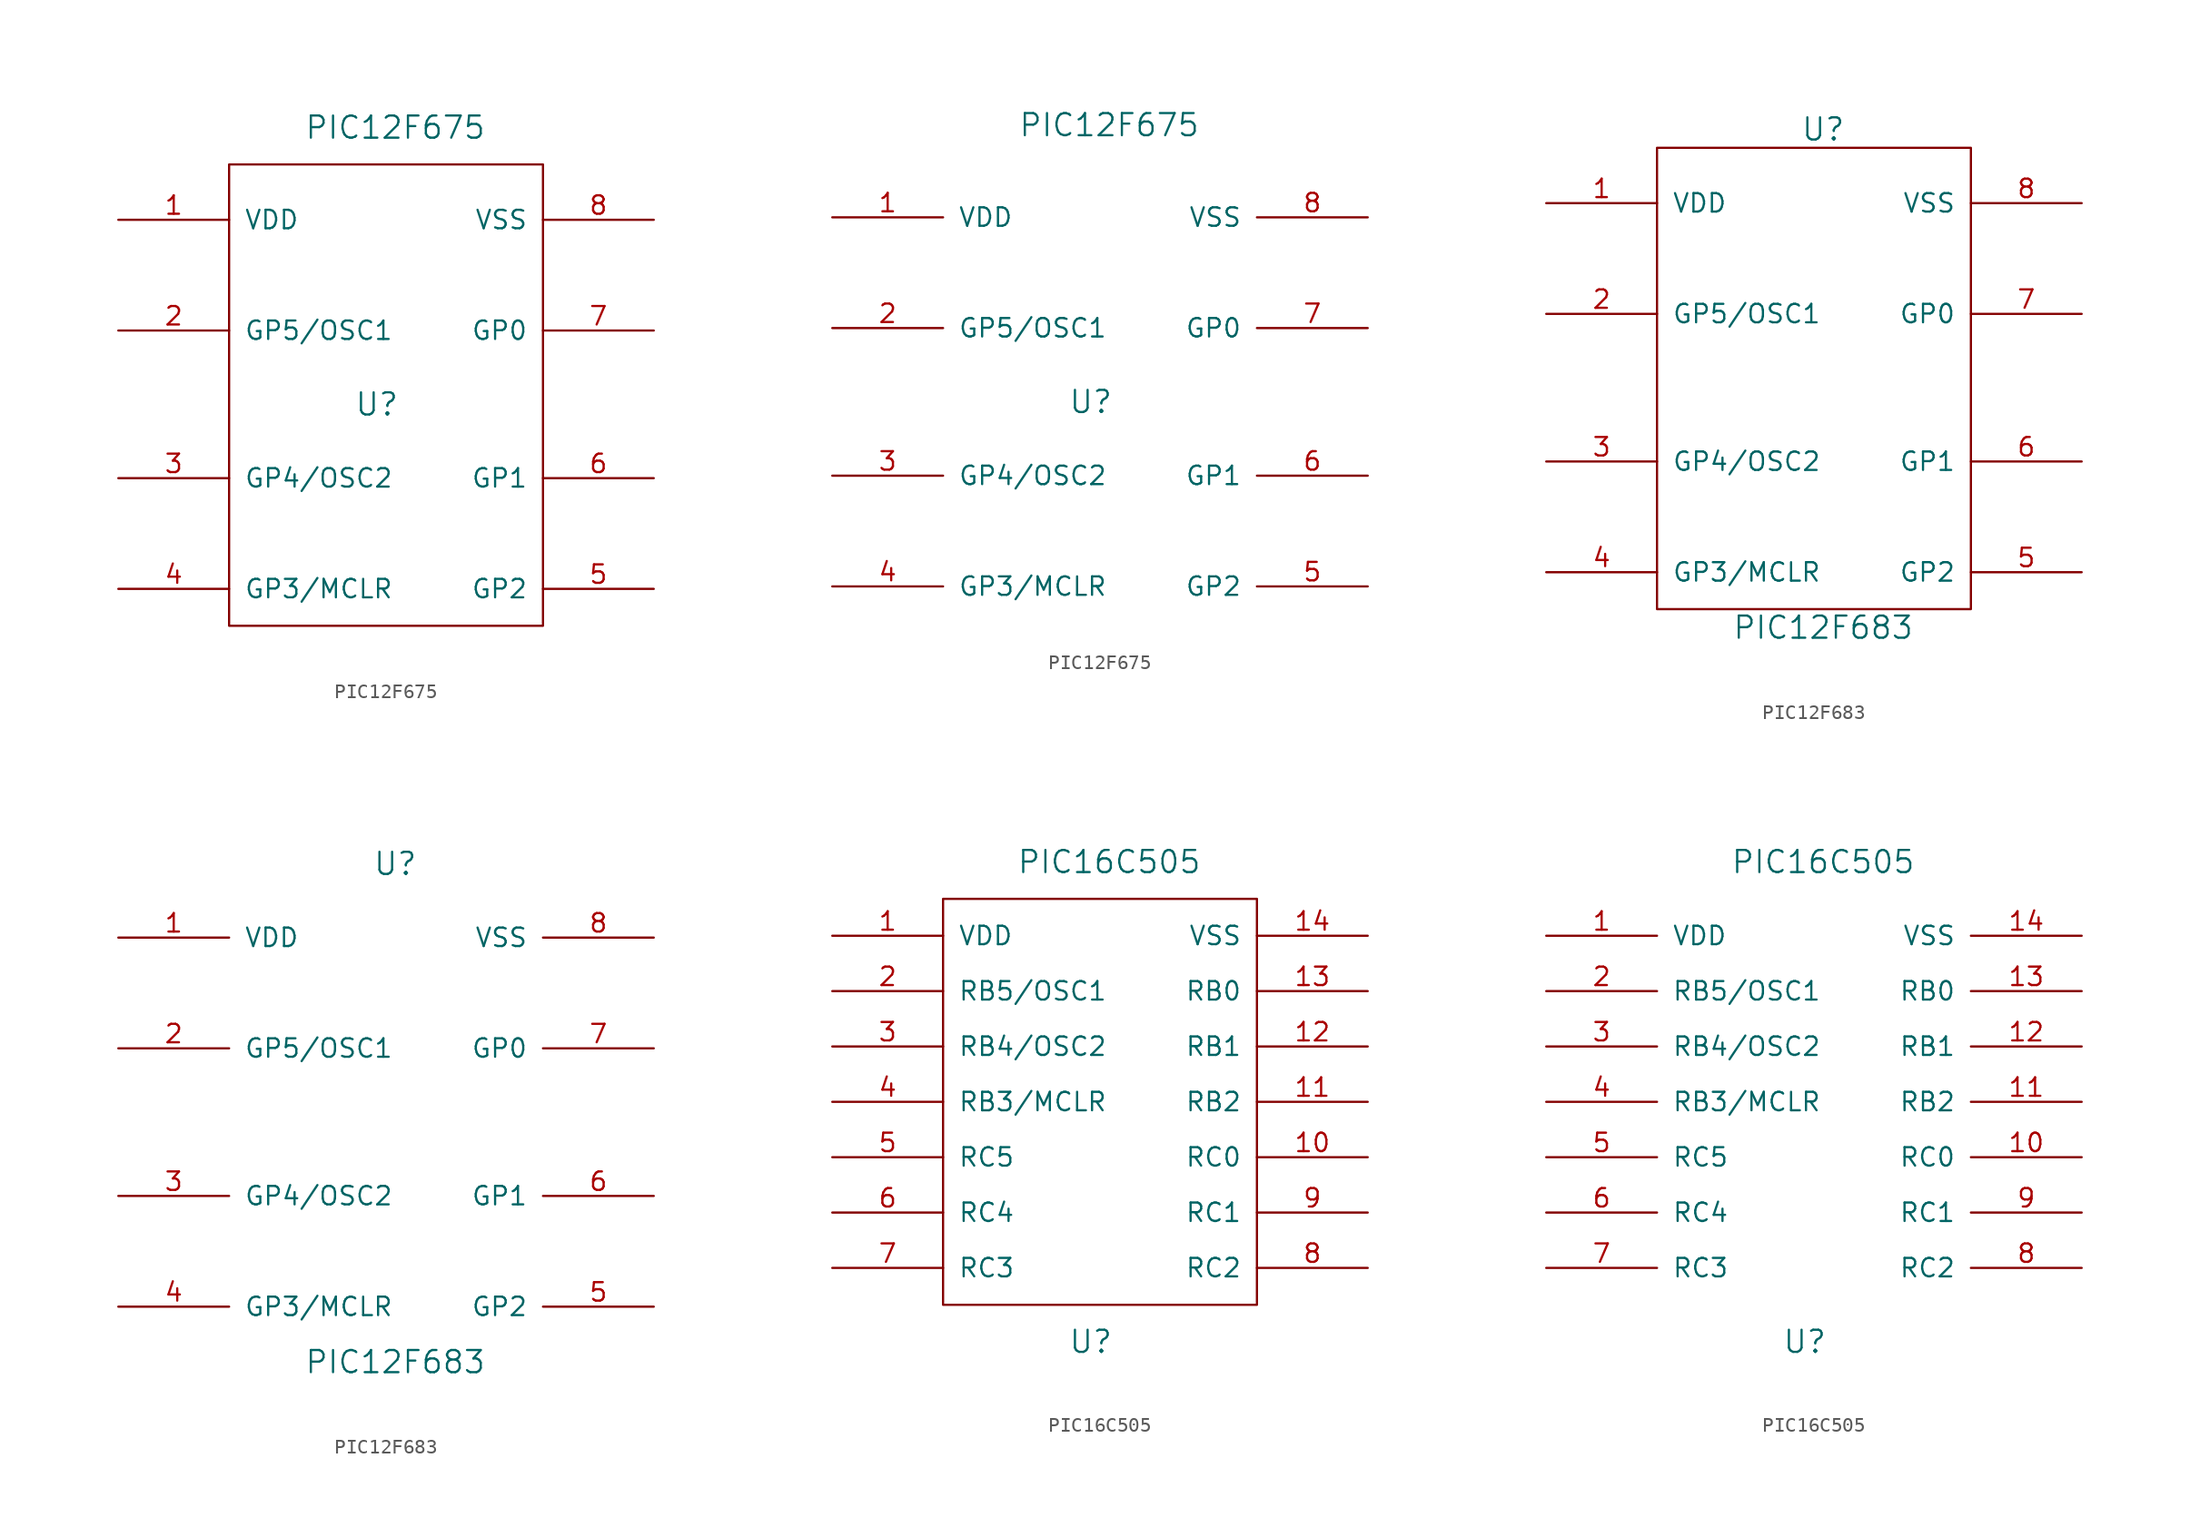
<source format=kicad_sym>
(kicad_symbol_lib
  (version 20211014)
  (generator kicad_symbol_editor)
  (symbol "PIC12F675"
    (pin_names
      (offset 1.016))
    (property "Reference" "U"
      (at -1.27 0 0)
      (effects (font (size 1.524 1.524))))
    (property "Value" "PIC12F675"
      (at 0 19.05 0)
      (effects (font (size 1.524 1.524))))
    (property "Footprint" ""
      (at 0 0 0)
      (effects (font (size 1.524 1.524))))
    (property "Datasheet" ""
      (at 0 0 0)
      (effects (font (size 1.524 1.524))))
    (symbol "PIC12F675_0_1"
      (rectangle (start 10.16 -15.24) (end -11.43 16.51) (stroke (width 0) (type default) (color 0 0 0 0)) (fill (type none))))
    (symbol "PIC12F675_1_1"
      (pin power_in line (at -19.05 12.7 0) (length 7.62) (name "VDD" (effects (font (size 1.27 1.27)))) (number "1" (effects (font (size 1.27 1.27)))))
      (pin input line (at -19.05 5.08 0) (length 7.62) (name "GP5/OSC1" (effects (font (size 1.27 1.27)))) (number "2" (effects (font (size 1.27 1.27)))))
      (pin input line (at -19.05 -5.08 0) (length 7.62) (name "GP4/OSC2" (effects (font (size 1.27 1.27)))) (number "3" (effects (font (size 1.27 1.27)))))
      (pin input line (at -19.05 -12.7 0) (length 7.62) (name "GP3/MCLR" (effects (font (size 1.27 1.27)))) (number "4" (effects (font (size 1.27 1.27)))))
      (pin input line (at 17.78 -12.7 180) (length 7.62) (name "GP2" (effects (font (size 1.27 1.27)))) (number "5" (effects (font (size 1.27 1.27)))))
      (pin input line (at 17.78 -5.08 180) (length 7.62) (name "GP1" (effects (font (size 1.27 1.27)))) (number "6" (effects (font (size 1.27 1.27)))))
      (pin input line (at 17.78 5.08 180) (length 7.62) (name "GP0" (effects (font (size 1.27 1.27)))) (number "7" (effects (font (size 1.27 1.27)))))
      (pin power_in line (at 17.78 12.7 180) (length 7.62) (name "VSS" (effects (font (size 1.27 1.27)))) (number "8" (effects (font (size 1.27 1.27))))))
    (symbol "PIC12F675_1_2"
      (pin power_in line (at -19.05 12.7 0) (length 7.62) (name "VDD" (effects (font (size 1.27 1.27)))) (number "1" (effects (font (size 1.27 1.27)))))
      (pin input line (at -19.05 5.08 0) (length 7.62) (name "GP5/OSC1" (effects (font (size 1.27 1.27)))) (number "2" (effects (font (size 1.27 1.27)))))
      (pin input line (at -19.05 -5.08 0) (length 7.62) (name "GP4/OSC2" (effects (font (size 1.27 1.27)))) (number "3" (effects (font (size 1.27 1.27)))))
      (pin input line (at -19.05 -12.7 0) (length 7.62) (name "GP3/MCLR" (effects (font (size 1.27 1.27)))) (number "4" (effects (font (size 1.27 1.27)))))
      (pin input line (at 17.78 -12.7 180) (length 7.62) (name "GP2" (effects (font (size 1.27 1.27)))) (number "5" (effects (font (size 1.27 1.27)))))
      (pin input line (at 17.78 -5.08 180) (length 7.62) (name "GP1" (effects (font (size 1.27 1.27)))) (number "6" (effects (font (size 1.27 1.27)))))
      (pin input line (at 17.78 5.08 180) (length 7.62) (name "GP0" (effects (font (size 1.27 1.27)))) (number "7" (effects (font (size 1.27 1.27)))))
      (pin power_in line (at 17.78 12.7 180) (length 7.62) (name "VSS" (effects (font (size 1.27 1.27)))) (number "8" (effects (font (size 1.27 1.27)))))))
  (symbol "PIC12F683"
    (pin_names
      (offset 1.016))
    (property "Reference" "U"
      (at 0 17.78 0)
      (effects (font (size 1.524 1.524))))
    (property "Value" "PIC12F683"
      (at 0 -16.51 0)
      (effects (font (size 1.524 1.524))))
    (property "Footprint" ""
      (at 0 0 0)
      (effects (font (size 1.524 1.524))))
    (property "Datasheet" ""
      (at 0 0 0)
      (effects (font (size 1.524 1.524))))
    (symbol "PIC12F683_0_1"
      (rectangle (start 10.16 -15.24) (end -11.43 16.51) (stroke (width 0) (type default) (color 0 0 0 0)) (fill (type none))))
    (symbol "PIC12F683_1_1"
      (pin power_in line (at -19.05 12.7 0) (length 7.62) (name "VDD" (effects (font (size 1.27 1.27)))) (number "1" (effects (font (size 1.27 1.27)))))
      (pin input line (at -19.05 5.08 0) (length 7.62) (name "GP5/OSC1" (effects (font (size 1.27 1.27)))) (number "2" (effects (font (size 1.27 1.27)))))
      (pin input line (at -19.05 -5.08 0) (length 7.62) (name "GP4/OSC2" (effects (font (size 1.27 1.27)))) (number "3" (effects (font (size 1.27 1.27)))))
      (pin input line (at -19.05 -12.7 0) (length 7.62) (name "GP3/MCLR" (effects (font (size 1.27 1.27)))) (number "4" (effects (font (size 1.27 1.27)))))
      (pin input line (at 17.78 -12.7 180) (length 7.62) (name "GP2" (effects (font (size 1.27 1.27)))) (number "5" (effects (font (size 1.27 1.27)))))
      (pin input line (at 17.78 -5.08 180) (length 7.62) (name "GP1" (effects (font (size 1.27 1.27)))) (number "6" (effects (font (size 1.27 1.27)))))
      (pin input line (at 17.78 5.08 180) (length 7.62) (name "GP0" (effects (font (size 1.27 1.27)))) (number "7" (effects (font (size 1.27 1.27)))))
      (pin power_in line (at 17.78 12.7 180) (length 7.62) (name "VSS" (effects (font (size 1.27 1.27)))) (number "8" (effects (font (size 1.27 1.27))))))
    (symbol "PIC12F683_1_2"
      (pin power_in line (at -19.05 12.7 0) (length 7.62) (name "VDD" (effects (font (size 1.27 1.27)))) (number "1" (effects (font (size 1.27 1.27)))))
      (pin input line (at -19.05 5.08 0) (length 7.62) (name "GP5/OSC1" (effects (font (size 1.27 1.27)))) (number "2" (effects (font (size 1.27 1.27)))))
      (pin input line (at -19.05 -5.08 0) (length 7.62) (name "GP4/OSC2" (effects (font (size 1.27 1.27)))) (number "3" (effects (font (size 1.27 1.27)))))
      (pin input line (at -19.05 -12.7 0) (length 7.62) (name "GP3/MCLR" (effects (font (size 1.27 1.27)))) (number "4" (effects (font (size 1.27 1.27)))))
      (pin input line (at 17.78 -12.7 180) (length 7.62) (name "GP2" (effects (font (size 1.27 1.27)))) (number "5" (effects (font (size 1.27 1.27)))))
      (pin input line (at 17.78 -5.08 180) (length 7.62) (name "GP1" (effects (font (size 1.27 1.27)))) (number "6" (effects (font (size 1.27 1.27)))))
      (pin input line (at 17.78 5.08 180) (length 7.62) (name "GP0" (effects (font (size 1.27 1.27)))) (number "7" (effects (font (size 1.27 1.27)))))
      (pin power_in line (at 17.78 12.7 180) (length 7.62) (name "VSS" (effects (font (size 1.27 1.27)))) (number "8" (effects (font (size 1.27 1.27)))))))
  (symbol "PIC16C505"
    (pin_names
      (offset 1.016))
    (property "Reference" "U"
      (at -1.27 -16.51 0)
      (effects (font (size 1.524 1.524))))
    (property "Value" "PIC16C505"
      (at 0 16.51 0)
      (effects (font (size 1.524 1.524))))
    (property "Footprint" ""
      (at 0 0 0)
      (effects (font (size 1.524 1.524))))
    (property "Datasheet" ""
      (at 0 0 0)
      (effects (font (size 1.524 1.524))))
    (symbol "PIC16C505_0_1"
      (rectangle (start -11.43 13.97) (end 10.16 -13.97) (stroke (width 0) (type default) (color 0 0 0 0)) (fill (type none))))
    (symbol "PIC16C505_1_1"
      (pin power_in line (at -19.05 11.43 0) (length 7.62) (name "VDD" (effects (font (size 1.27 1.27)))) (number "1" (effects (font (size 1.27 1.27)))))
      (pin power_in line (at 17.78 -3.81 180) (length 7.62) (name "RC0" (effects (font (size 1.27 1.27)))) (number "10" (effects (font (size 1.27 1.27)))))
      (pin input line (at 17.78 0 180) (length 7.62) (name "RB2" (effects (font (size 1.27 1.27)))) (number "11" (effects (font (size 1.27 1.27)))))
      (pin input line (at 17.78 3.81 180) (length 7.62) (name "RB1" (effects (font (size 1.27 1.27)))) (number "12" (effects (font (size 1.27 1.27)))))
      (pin input line (at 17.78 7.62 180) (length 7.62) (name "RB0" (effects (font (size 1.27 1.27)))) (number "13" (effects (font (size 1.27 1.27)))))
      (pin power_in line (at 17.78 11.43 180) (length 7.62) (name "VSS" (effects (font (size 1.27 1.27)))) (number "14" (effects (font (size 1.27 1.27)))))
      (pin input line (at -19.05 7.62 0) (length 7.62) (name "RB5/OSC1" (effects (font (size 1.27 1.27)))) (number "2" (effects (font (size 1.27 1.27)))))
      (pin input line (at -19.05 3.81 0) (length 7.62) (name "RB4/OSC2" (effects (font (size 1.27 1.27)))) (number "3" (effects (font (size 1.27 1.27)))))
      (pin input line (at -19.05 0 0) (length 7.62) (name "RB3/MCLR" (effects (font (size 1.27 1.27)))) (number "4" (effects (font (size 1.27 1.27)))))
      (pin power_in line (at -19.05 -3.81 0) (length 7.62) (name "RC5" (effects (font (size 1.27 1.27)))) (number "5" (effects (font (size 1.27 1.27)))))
      (pin power_in line (at -19.05 -7.62 0) (length 7.62) (name "RC4" (effects (font (size 1.27 1.27)))) (number "6" (effects (font (size 1.27 1.27)))))
      (pin power_in line (at -19.05 -11.43 0) (length 7.62) (name "RC3" (effects (font (size 1.27 1.27)))) (number "7" (effects (font (size 1.27 1.27)))))
      (pin power_in line (at 17.78 -11.43 180) (length 7.62) (name "RC2" (effects (font (size 1.27 1.27)))) (number "8" (effects (font (size 1.27 1.27)))))
      (pin power_in line (at 17.78 -7.62 180) (length 7.62) (name "RC1" (effects (font (size 1.27 1.27)))) (number "9" (effects (font (size 1.27 1.27))))))
    (symbol "PIC16C505_1_2"
      (pin power_in line (at -19.05 11.43 0) (length 7.62) (name "VDD" (effects (font (size 1.27 1.27)))) (number "1" (effects (font (size 1.27 1.27)))))
      (pin power_in line (at 17.78 -3.81 180) (length 7.62) (name "RC0" (effects (font (size 1.27 1.27)))) (number "10" (effects (font (size 1.27 1.27)))))
      (pin input line (at 17.78 0 180) (length 7.62) (name "RB2" (effects (font (size 1.27 1.27)))) (number "11" (effects (font (size 1.27 1.27)))))
      (pin input line (at 17.78 3.81 180) (length 7.62) (name "RB1" (effects (font (size 1.27 1.27)))) (number "12" (effects (font (size 1.27 1.27)))))
      (pin input line (at 17.78 7.62 180) (length 7.62) (name "RB0" (effects (font (size 1.27 1.27)))) (number "13" (effects (font (size 1.27 1.27)))))
      (pin power_in line (at 17.78 11.43 180) (length 7.62) (name "VSS" (effects (font (size 1.27 1.27)))) (number "14" (effects (font (size 1.27 1.27)))))
      (pin input line (at -19.05 7.62 0) (length 7.62) (name "RB5/OSC1" (effects (font (size 1.27 1.27)))) (number "2" (effects (font (size 1.27 1.27)))))
      (pin input line (at -19.05 3.81 0) (length 7.62) (name "RB4/OSC2" (effects (font (size 1.27 1.27)))) (number "3" (effects (font (size 1.27 1.27)))))
      (pin input line (at -19.05 0 0) (length 7.62) (name "RB3/MCLR" (effects (font (size 1.27 1.27)))) (number "4" (effects (font (size 1.27 1.27)))))
      (pin power_in line (at -19.05 -3.81 0) (length 7.62) (name "RC5" (effects (font (size 1.27 1.27)))) (number "5" (effects (font (size 1.27 1.27)))))
      (pin power_in line (at -19.05 -7.62 0) (length 7.62) (name "RC4" (effects (font (size 1.27 1.27)))) (number "6" (effects (font (size 1.27 1.27)))))
      (pin power_in line (at -19.05 -11.43 0) (length 7.62) (name "RC3" (effects (font (size 1.27 1.27)))) (number "7" (effects (font (size 1.27 1.27)))))
      (pin power_in line (at 17.78 -11.43 180) (length 7.62) (name "RC2" (effects (font (size 1.27 1.27)))) (number "8" (effects (font (size 1.27 1.27)))))
      (pin power_in line (at 17.78 -7.62 180) (length 7.62) (name "RC1" (effects (font (size 1.27 1.27)))) (number "9" (effects (font (size 1.27 1.27))))))))
</source>
